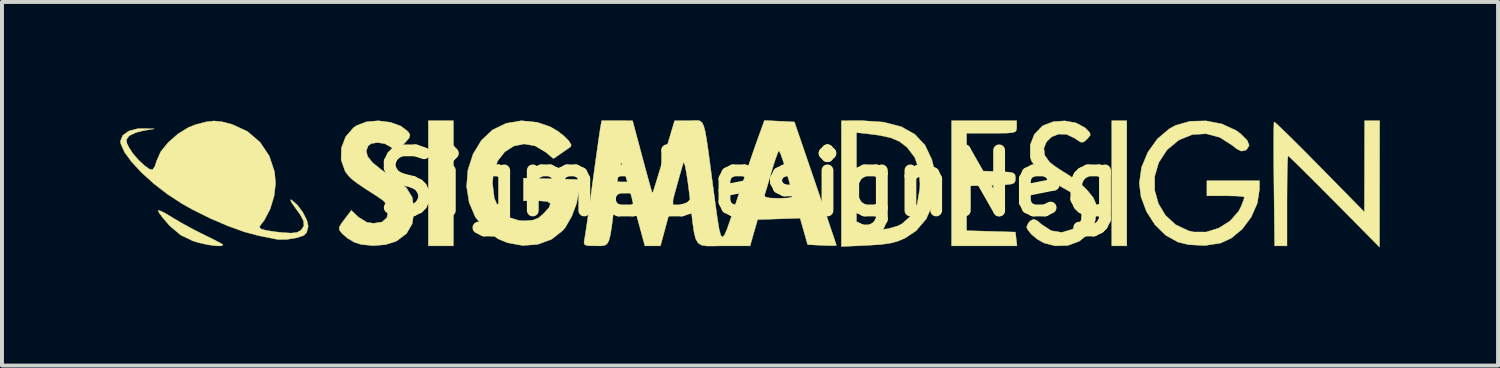
<source format=kicad_pcb>
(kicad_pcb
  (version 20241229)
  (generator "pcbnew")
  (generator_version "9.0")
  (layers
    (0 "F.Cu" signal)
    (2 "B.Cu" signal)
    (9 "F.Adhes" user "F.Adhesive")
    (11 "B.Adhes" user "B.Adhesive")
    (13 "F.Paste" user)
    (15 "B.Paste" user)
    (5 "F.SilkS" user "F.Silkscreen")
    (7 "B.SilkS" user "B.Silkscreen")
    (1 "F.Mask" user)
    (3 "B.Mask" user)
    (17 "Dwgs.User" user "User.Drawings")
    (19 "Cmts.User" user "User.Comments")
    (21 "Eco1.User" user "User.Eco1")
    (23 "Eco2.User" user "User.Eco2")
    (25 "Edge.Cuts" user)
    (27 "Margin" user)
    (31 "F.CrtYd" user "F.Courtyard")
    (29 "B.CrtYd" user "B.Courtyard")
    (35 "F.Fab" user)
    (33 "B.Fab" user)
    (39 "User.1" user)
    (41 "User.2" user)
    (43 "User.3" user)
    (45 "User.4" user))
  (footprint "SigmaDesignNeg"
    (layer "F.Cu")
    (at 15.944 1.599)
    (property "Reference" "SigmaDesignNeg" (at 0 0 0) (layer "F.SilkS") (effects (font (size 1.524 1.524) (thickness 0.3))))
    (attr through_hole)
    (fp_poly (pts (xy -7.493 1.587) (xy -8.128 1.587) (xy -8.128 -1.587) (xy -7.493 -1.587) (xy -7.493 1.587)) (stroke (width 0.01) (type solid)) (fill yes) (layer "F.SilkS"))
    (fp_poly (pts (xy 9.588 1.587) (xy 9.207 1.587) (xy 9.207 -1.587) (xy 9.588 -1.587) (xy 9.588 1.587)) (stroke (width 0.01) (type solid)) (fill yes) (layer "F.SilkS"))
    (fp_poly (pts (xy -14.938 0.696) (xy -14.812 0.756) (xy -14.634 0.862) (xy -14.63 0.865) (xy -14.387 1.009) (xy -14.091 1.171) (xy -13.807 1.314) (xy -13.804 1.315) (xy -13.588 1.421) (xy -13.424 1.506) (xy -13.341 1.556) (xy -13.335 1.563) (xy -13.391 1.589) (xy -13.534 1.585) (xy -13.732 1.557) (xy -13.95 1.508) (xy -14.097 1.463) (xy -14.407 1.316) (xy -14.676 1.09) (xy -14.716 1.047) (xy -14.857 0.884) (xy -14.954 0.754) (xy -14.986 0.693) (xy -14.938 0.696)) (stroke (width 0.01) (type solid)) (fill yes) (layer "F.SilkS"))
    (fp_poly (pts (xy 6.795 -1.429) (xy 6.791 -1.357) (xy 6.764 -1.311) (xy 6.69 -1.285) (xy 6.547 -1.273) (xy 6.311 -1.27) (xy 6.16 -1.27) (xy 5.524 -1.27) (xy 5.524 -0.322) (xy 6.144 -0.304) (xy 6.427 -0.294) (xy 6.608 -0.282) (xy 6.708 -0.259) (xy 6.752 -0.219) (xy 6.762 -0.156) (xy 6.763 -0.127) (xy 6.758 -0.054) (xy 6.729 -0.007) (xy 6.652 0.021) (xy 6.503 0.037) (xy 6.258 0.046) (xy 6.144 0.05) (xy 5.524 0.068) (xy 5.524 1.202) (xy 6.144 1.22) (xy 6.763 1.238) (xy 6.783 1.413) (xy 6.803 1.587) (xy 5.144 1.587) (xy 5.144 -1.587) (xy 6.795 -1.587) (xy 6.795 -1.429)) (stroke (width 0.01) (type solid)) (fill yes) (layer "F.SilkS"))
    (fp_poly (pts (xy 15.999 1.619) (xy 14.852 0.46) (xy 14.541 0.147) (xy 14.26 -0.134) (xy 14.021 -0.371) (xy 13.836 -0.552) (xy 13.718 -0.665) (xy 13.678 -0.699) (xy 13.67 -0.638) (xy 13.663 -0.471) (xy 13.657 -0.217) (xy 13.654 0.104) (xy 13.652 0.445) (xy 13.652 1.587) (xy 13.339 1.587) (xy 13.321 0.026) (xy 13.317 -0.405) (xy 13.315 -0.793) (xy 13.315 -1.119) (xy 13.317 -1.367) (xy 13.321 -1.517) (xy 13.325 -1.557) (xy 13.374 -1.52) (xy 13.499 -1.403) (xy 13.689 -1.219) (xy 13.931 -0.98) (xy 14.214 -0.696) (xy 14.482 -0.424) (xy 15.616 0.73) (xy 15.619 -0.429) (xy 15.621 -1.587) (xy 16.002 -1.587) (xy 15.999 1.619)) (stroke (width 0.01) (type solid)) (fill yes) (layer "F.SilkS"))
    (fp_poly (pts (xy 3.42 -1.55) (xy 3.863 -1.436) (xy 4.211 -1.243) (xy 4.469 -0.967) (xy 4.641 -0.606) (xy 4.702 -0.36) (xy 4.737 0.104) (xy 4.667 0.531) (xy 4.501 0.903) (xy 4.244 1.204) (xy 3.969 1.388) (xy 3.785 1.467) (xy 3.591 1.52) (xy 3.348 1.553) (xy 3.019 1.574) (xy 3 1.575) (xy 2.349 1.604) (xy 2.349 1.223) (xy 2.731 1.223) (xy 3.199 1.193) (xy 3.543 1.152) (xy 3.795 1.076) (xy 3.891 1.025) (xy 4.125 0.814) (xy 4.273 0.52) (xy 4.338 0.136) (xy 4.342 0) (xy 4.31 -0.369) (xy 4.209 -0.658) (xy 4.025 -0.899) (xy 3.991 -0.932) (xy 3.814 -1.065) (xy 3.596 -1.156) (xy 3.304 -1.218) (xy 3.117 -1.243) (xy 2.731 -1.286) (xy 2.731 1.223) (xy 2.349 1.223) (xy 2.349 -1.587) (xy 2.878 -1.588) (xy 3.42 -1.55)) (stroke (width 0.01) (type solid)) (fill yes) (layer "F.SilkS"))
    (fp_poly (pts (xy -5.366 -1.546) (xy -5.037 -1.433) (xy -4.859 -1.331) (xy -4.694 -1.204) (xy -4.568 -1.078) (xy -4.506 -0.976) (xy -4.516 -0.93) (xy -4.579 -0.885) (xy -4.706 -0.797) (xy -4.747 -0.768) (xy -4.955 -0.625) (xy -5.146 -0.786) (xy -5.42 -0.949) (xy -5.698 -0.998) (xy -5.962 -0.944) (xy -6.192 -0.796) (xy -6.37 -0.567) (xy -6.478 -0.267) (xy -6.502 -0.000123) (xy -6.455 0.382) (xy -6.327 0.668) (xy -6.119 0.855) (xy -5.831 0.945) (xy -5.696 0.953) (xy -5.481 0.937) (xy -5.33 0.876) (xy -5.202 0.767) (xy -5.064 0.611) (xy -5.031 0.514) (xy -5.11 0.462) (xy -5.307 0.445) (xy -5.366 0.445) (xy -5.715 0.445) (xy -5.715 -0.131) (xy -4.286 -0.095) (xy -4.308 0.191) (xy -4.369 0.51) (xy -4.491 0.838) (xy -4.652 1.117) (xy -4.718 1.198) (xy -5.004 1.421) (xy -5.352 1.549) (xy -5.734 1.579) (xy -6.123 1.508) (xy -6.359 1.41) (xy -6.69 1.171) (xy -6.937 0.855) (xy -7.094 0.485) (xy -7.158 0.082) (xy -7.125 -0.335) (xy -6.993 -0.743) (xy -6.782 -1.09) (xy -6.502 -1.353) (xy -6.158 -1.52) (xy -5.771 -1.586) (xy -5.366 -1.546)) (stroke (width 0.01) (type solid)) (fill yes) (layer "F.SilkS"))
    (fp_poly (pts (xy 12 -1.505) (xy 12.356 -1.342) (xy 12.474 -1.256) (xy 12.642 -1.09) (xy 12.693 -0.961) (xy 12.63 -0.859) (xy 12.591 -0.834) (xy 12.491 -0.816) (xy 12.367 -0.88) (xy 12.275 -0.955) (xy 11.95 -1.164) (xy 11.6 -1.257) (xy 11.245 -1.234) (xy 10.908 -1.097) (xy 10.61 -0.848) (xy 10.603 -0.84) (xy 10.396 -0.521) (xy 10.296 -0.174) (xy 10.296 0.178) (xy 10.389 0.513) (xy 10.567 0.811) (xy 10.824 1.049) (xy 11.152 1.205) (xy 11.278 1.235) (xy 11.6 1.237) (xy 11.922 1.137) (xy 12.209 0.956) (xy 12.425 0.711) (xy 12.486 0.592) (xy 12.544 0.445) (xy 12.572 0.357) (xy 12.573 0.351) (xy 12.515 0.335) (xy 12.36 0.323) (xy 12.141 0.318) (xy 12.097 0.318) (xy 11.62 0.318) (xy 11.62 -0.064) (xy 12.954 -0.064) (xy 12.954 0.147) (xy 12.899 0.507) (xy 12.746 0.854) (xy 12.519 1.16) (xy 12.237 1.394) (xy 11.961 1.519) (xy 11.567 1.579) (xy 11.16 1.558) (xy 10.89 1.493) (xy 10.578 1.321) (xy 10.304 1.052) (xy 10.088 0.717) (xy 9.949 0.343) (xy 9.906 0) (xy 9.963 -0.403) (xy 10.123 -0.789) (xy 10.365 -1.126) (xy 10.672 -1.386) (xy 10.824 -1.468) (xy 11.194 -1.573) (xy 11.599 -1.583) (xy 12 -1.505)) (stroke (width 0.01) (type solid)) (fill yes) (layer "F.SilkS"))
    (fp_poly (pts (xy -9.092 -1.547) (xy -8.824 -1.45) (xy -8.641 -1.308) (xy -8.595 -1.229) (xy -8.616 -1.15) (xy -8.718 -1.032) (xy -8.75 -1) (xy -8.876 -0.88) (xy -8.954 -0.841) (xy -9.025 -0.873) (xy -9.079 -0.919) (xy -9.234 -1.004) (xy -9.418 -1.034) (xy -9.581 -1.007) (xy -9.658 -0.947) (xy -9.704 -0.816) (xy -9.668 -0.678) (xy -9.542 -0.522) (xy -9.316 -0.339) (xy -8.982 -0.117) (xy -8.947 -0.095) (xy -8.687 0.113) (xy -8.539 0.356) (xy -8.49 0.66) (xy -8.49 0.705) (xy -8.539 1.029) (xy -8.682 1.275) (xy -8.931 1.462) (xy -8.958 1.476) (xy -9.216 1.557) (xy -9.528 1.582) (xy -9.833 1.551) (xy -10.001 1.498) (xy -10.178 1.394) (xy -10.311 1.28) (xy -10.381 1.192) (xy -10.39 1.119) (xy -10.331 1.016) (xy -10.257 0.917) (xy -10.082 0.688) (xy -9.911 0.852) (xy -9.693 0.989) (xy -9.518 1.016) (xy -9.301 0.982) (xy -9.18 0.874) (xy -9.144 0.687) (xy -9.171 0.557) (xy -9.268 0.442) (xy -9.414 0.339) (xy -9.711 0.149) (xy -9.92 0.008) (xy -10.062 -0.099) (xy -10.155 -0.19) (xy -10.222 -0.279) (xy -10.241 -0.31) (xy -10.341 -0.595) (xy -10.333 -0.897) (xy -10.227 -1.179) (xy -10.029 -1.408) (xy -9.951 -1.463) (xy -9.697 -1.559) (xy -9.397 -1.585) (xy -9.092 -1.547)) (stroke (width 0.01) (type solid)) (fill yes) (layer "F.SilkS"))
    (fp_poly (pts (xy 8.299 -1.532) (xy 8.525 -1.411) (xy 8.543 -1.395) (xy 8.646 -1.29) (xy 8.663 -1.222) (xy 8.599 -1.142) (xy 8.581 -1.123) (xy 8.496 -1.048) (xy 8.424 -1.042) (xy 8.316 -1.108) (xy 8.267 -1.144) (xy 8.059 -1.242) (xy 7.857 -1.247) (xy 7.681 -1.177) (xy 7.551 -1.051) (xy 7.485 -0.89) (xy 7.505 -0.712) (xy 7.629 -0.536) (xy 7.636 -0.53) (xy 7.777 -0.422) (xy 7.971 -0.295) (xy 8.07 -0.236) (xy 8.293 -0.084) (xy 8.517 0.108) (xy 8.594 0.187) (xy 8.739 0.369) (xy 8.809 0.527) (xy 8.826 0.715) (xy 8.77 1.026) (xy 8.615 1.282) (xy 8.383 1.47) (xy 8.096 1.576) (xy 7.774 1.588) (xy 7.493 1.516) (xy 7.325 1.423) (xy 7.171 1.296) (xy 7.069 1.17) (xy 7.048 1.108) (xy 7.093 1.007) (xy 7.146 0.951) (xy 7.226 0.912) (xy 7.317 0.949) (xy 7.422 1.04) (xy 7.669 1.202) (xy 7.935 1.247) (xy 8.199 1.17) (xy 8.239 1.147) (xy 8.372 1.046) (xy 8.432 0.933) (xy 8.445 0.75) (xy 8.445 0.742) (xy 8.421 0.536) (xy 8.333 0.371) (xy 8.162 0.223) (xy 7.892 0.07) (xy 7.566 -0.127) (xy 7.32 -0.346) (xy 7.17 -0.569) (xy 7.139 -0.667) (xy 7.139 -0.971) (xy 7.245 -1.243) (xy 7.445 -1.45) (xy 7.469 -1.465) (xy 7.723 -1.562) (xy 8.016 -1.583) (xy 8.299 -1.532)) (stroke (width 0.01) (type solid)) (fill yes) (layer "F.SilkS"))
    (fp_poly (pts (xy -13.361 -1.56) (xy -13.11 -1.495) (xy -13.108 -1.494) (xy -12.717 -1.315) (xy -12.398 -1.041) (xy -12.164 -0.693) (xy -12.03 -0.29) (xy -12.004 0) (xy -12.042 0.325) (xy -12.142 0.654) (xy -12.287 0.932) (xy -12.357 1.023) (xy -12.417 1.108) (xy -12.376 1.155) (xy -12.338 1.171) (xy -12.216 1.2) (xy -12.016 1.23) (xy -11.84 1.25) (xy -11.606 1.264) (xy -11.459 1.247) (xy -11.364 1.194) (xy -11.35 1.181) (xy -11.285 1.08) (xy -11.292 0.958) (xy -11.379 0.793) (xy -11.512 0.61) (xy -11.601 0.483) (xy -11.625 0.419) (xy -11.6 0.422) (xy -11.453 0.549) (xy -11.312 0.739) (xy -11.209 0.942) (xy -11.176 1.09) (xy -11.216 1.249) (xy -11.287 1.323) (xy -11.47 1.383) (xy -11.705 1.422) (xy -11.919 1.427) (xy -11.97 1.421) (xy -12.102 1.394) (xy -12.305 1.354) (xy -12.446 1.326) (xy -12.799 1.231) (xy -13.219 1.079) (xy -13.668 0.886) (xy -14.111 0.666) (xy -14.375 0.518) (xy -14.745 0.277) (xy -15.092 0.009) (xy -15.4 -0.269) (xy -15.653 -0.541) (xy -15.835 -0.79) (xy -15.929 -1.001) (xy -15.938 -1.073) (xy -15.88 -1.215) (xy -15.726 -1.325) (xy -15.506 -1.384) (xy -15.383 -1.389) (xy -15.081 -1.381) (xy -15.353 -1.337) (xy -15.547 -1.287) (xy -15.697 -1.216) (xy -15.724 -1.194) (xy -15.786 -1.111) (xy -15.778 -1.02) (xy -15.727 -0.913) (xy -15.623 -0.754) (xy -15.482 -0.591) (xy -15.333 -0.451) (xy -15.204 -0.359) (xy -15.123 -0.343) (xy -15.066 -0.428) (xy -15.016 -0.577) (xy -15.016 -0.579) (xy -14.916 -0.802) (xy -14.727 -1.035) (xy -14.482 -1.25) (xy -14.212 -1.417) (xy -14.038 -1.486) (xy -13.769 -1.557) (xy -13.562 -1.581) (xy -13.361 -1.56)) (stroke (width 0.01) (type solid)) (fill yes) (layer "F.SilkS"))
    (fp_poly (pts (xy -1.239 -1.581) (xy -1.185 -1.538) (xy -1.142 -1.45) (xy -1.104 -1.305) (xy -1.067 -1.088) (xy -1.023 -0.784) (xy -0.969 -0.379) (xy -0.919 0) (xy -0.851 0.507) (xy -0.797 0.893) (xy -0.753 1.162) (xy -0.712 1.319) (xy -0.668 1.367) (xy -0.615 1.311) (xy -0.548 1.155) (xy -0.461 0.903) (xy -0.348 0.56) (xy -0.309 0.445) (xy -0.261 0.301) (xy 0.398 0.301) (xy 0.417 0.347) (xy 0.528 0.373) (xy 0.748 0.381) (xy 0.762 0.381) (xy 0.99 0.373) (xy 1.107 0.348) (xy 1.128 0.302) (xy 1.128 0.302) (xy 1.099 0.207) (xy 1.045 0.024) (xy 0.976 -0.213) (xy 0.951 -0.302) (xy 0.88 -0.538) (xy 0.818 -0.719) (xy 0.775 -0.816) (xy 0.765 -0.826) (xy 0.733 -0.769) (xy 0.677 -0.618) (xy 0.608 -0.4) (xy 0.579 -0.302) (xy 0.507 -0.054) (xy 0.446 0.152) (xy 0.405 0.281) (xy 0.398 0.301) (xy -0.261 0.301) (xy -0.177 0.051) (xy -0.046 -0.338) (xy 0.075 -0.691) (xy 0.174 -0.977) (xy 0.229 -1.13) (xy 0.396 -1.593) (xy 1.157 -1.556) (xy 1.69 0) (xy 1.833 0.419) (xy 1.962 0.797) (xy 2.07 1.118) (xy 2.154 1.365) (xy 2.206 1.523) (xy 2.222 1.575) (xy 2.165 1.582) (xy 2.016 1.581) (xy 1.858 1.575) (xy 1.493 1.556) (xy 1.397 1.22) (xy 1.302 0.885) (xy 0.763 0.903) (xy 0.223 0.921) (xy 0.128 1.254) (xy 0.033 1.587) (xy -0.643 1.587) (xy -0.885 1.591) (xy -1.065 1.591) (xy -1.195 1.571) (xy -1.285 1.516) (xy -1.347 1.409) (xy -1.39 1.236) (xy -1.427 0.979) (xy -1.466 0.623) (xy -1.5 0.329) (xy -1.542 -0.005) (xy -1.582 -0.27) (xy -1.618 -0.451) (xy -1.646 -0.531) (xy -1.657 -0.526) (xy -1.688 -0.427) (xy -1.745 -0.228) (xy -1.822 0.046) (xy -1.911 0.371) (xy -1.971 0.59) (xy -2.241 1.587) (xy -2.636 1.587) (xy -2.916 0.556) (xy -3.011 0.211) (xy -3.097 -0.091) (xy -3.168 -0.328) (xy -3.217 -0.48) (xy -3.236 -0.524) (xy -3.257 -0.482) (xy -3.289 -0.334) (xy -3.327 -0.1) (xy -3.368 0.198) (xy -3.388 0.365) (xy -3.438 0.786) (xy -3.478 1.098) (xy -3.513 1.317) (xy -3.551 1.459) (xy -3.599 1.54) (xy -3.663 1.578) (xy -3.749 1.588) (xy -3.865 1.588) (xy -3.885 1.587) (xy -4.072 1.584) (xy -4.16 1.561) (xy -4.18 1.501) (xy -4.166 1.413) (xy -4.146 1.296) (xy -4.113 1.077) (xy -4.07 0.778) (xy -4.021 0.422) (xy -3.968 0.033) (xy -3.968 0.032) (xy -3.914 -0.36) (xy -3.864 -0.721) (xy -3.821 -1.028) (xy -3.788 -1.256) (xy -3.769 -1.381) (xy -3.732 -1.588) (xy -3.34 -1.588) (xy -2.948 -1.587) (xy -2.702 -0.667) (xy -2.616 -0.346) (xy -2.541 -0.074) (xy -2.484 0.128) (xy -2.45 0.239) (xy -2.444 0.254) (xy -2.422 0.197) (xy -2.371 0.038) (xy -2.298 -0.2) (xy -2.208 -0.497) (xy -2.157 -0.667) (xy -1.882 -1.587) (xy -1.516 -1.587) (xy -1.398 -1.591) (xy -1.308 -1.594) (xy -1.239 -1.581)) (stroke (width 0.01) (type solid)) (fill yes) (layer "F.SilkS")))
  (gr_rect
    (start -3 -3)
    (end 34.95 6.223)
    (stroke (width 0.1) (type default))
    (fill no)
    (layer "Edge.Cuts")))
</source>
